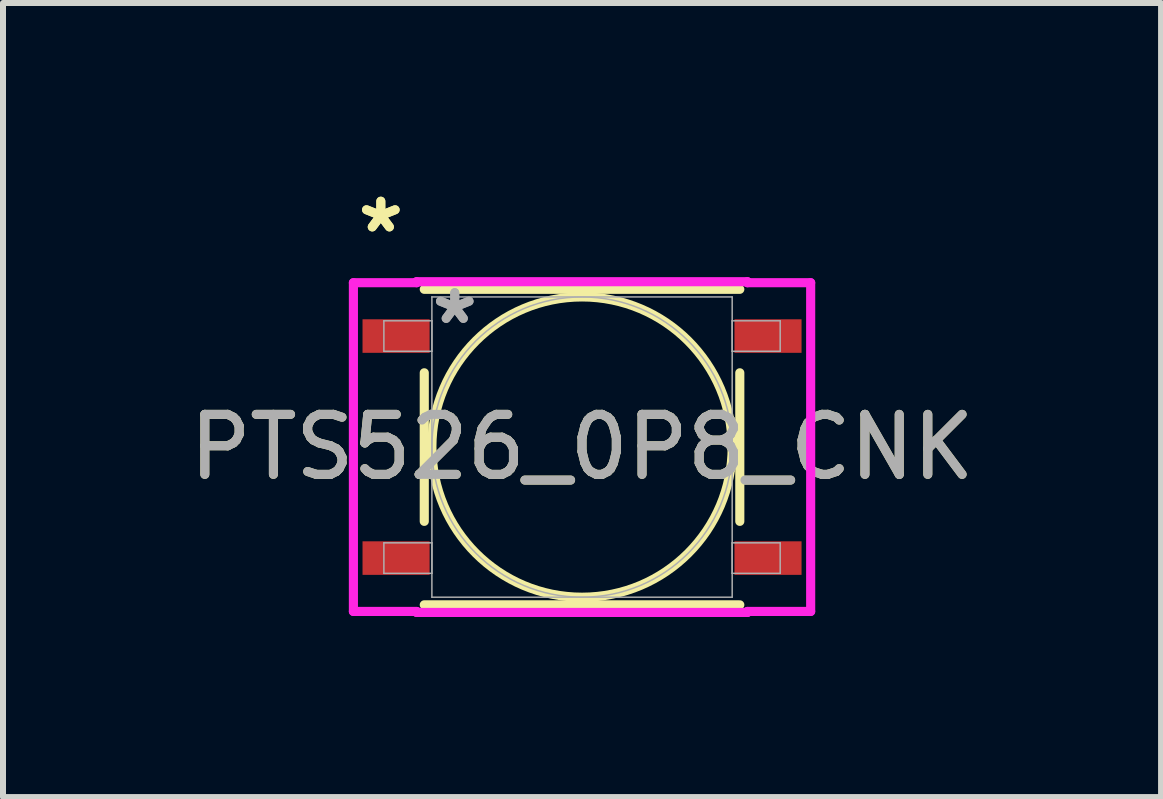
<source format=kicad_pcb>
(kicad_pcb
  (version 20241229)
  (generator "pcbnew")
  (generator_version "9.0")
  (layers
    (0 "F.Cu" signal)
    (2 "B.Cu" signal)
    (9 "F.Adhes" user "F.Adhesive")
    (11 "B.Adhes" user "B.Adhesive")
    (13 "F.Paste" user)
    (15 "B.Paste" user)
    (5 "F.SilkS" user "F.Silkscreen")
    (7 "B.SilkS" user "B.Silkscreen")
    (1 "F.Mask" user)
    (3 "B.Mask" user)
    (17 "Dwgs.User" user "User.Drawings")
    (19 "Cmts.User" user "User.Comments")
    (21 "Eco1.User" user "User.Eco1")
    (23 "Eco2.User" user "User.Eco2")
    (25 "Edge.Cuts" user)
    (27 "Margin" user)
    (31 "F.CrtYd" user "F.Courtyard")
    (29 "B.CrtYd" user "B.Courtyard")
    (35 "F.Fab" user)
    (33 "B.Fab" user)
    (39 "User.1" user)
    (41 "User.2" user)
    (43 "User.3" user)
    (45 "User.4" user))
  (footprint "PTS526_0P8_CNK"
    (layer "F.Cu")
    (at 6.649 4.4)
    (property "Reference" "PTS526_0P8_CNK" (at 0 0 0) (unlocked yes) (layer "F.SilkS") (effects (font (size 1 1) (thickness 0.15))))
    (attr smd)
    (fp_line (start -2.629 -1.238) (end -2.629 1.238) (stroke (width 0.152) (type solid)) (layer "F.SilkS"))
    (fp_line (start -2.629 2.629) (end 2.629 2.629) (stroke (width 0.152) (type solid)) (layer "F.SilkS"))
    (fp_line (start 2.629 -2.629) (end -2.629 -2.629) (stroke (width 0.152) (type solid)) (layer "F.SilkS"))
    (fp_line (start 2.629 1.238) (end 2.629 -1.238) (stroke (width 0.152) (type solid)) (layer "F.SilkS"))
    (fp_circle (center 0 0) (end 2.502 0) (stroke (width 0.152) (type solid)) (fill no) (layer "F.SilkS"))
    (fp_line (start -3.81 -2.739) (end -2.756 -2.739) (stroke (width 0.152) (type solid)) (layer "F.CrtYd"))
    (fp_line (start -3.81 2.739) (end -3.81 -2.739) (stroke (width 0.152) (type solid)) (layer "F.CrtYd"))
    (fp_line (start -2.756 -2.756) (end 2.756 -2.756) (stroke (width 0.152) (type solid)) (layer "F.CrtYd"))
    (fp_line (start -2.756 -2.739) (end -2.756 -2.756) (stroke (width 0.152) (type solid)) (layer "F.CrtYd"))
    (fp_line (start -2.756 2.739) (end -3.81 2.739) (stroke (width 0.152) (type solid)) (layer "F.CrtYd"))
    (fp_line (start -2.756 2.756) (end -2.756 2.739) (stroke (width 0.152) (type solid)) (layer "F.CrtYd"))
    (fp_line (start 2.756 -2.756) (end 2.756 -2.739) (stroke (width 0.152) (type solid)) (layer "F.CrtYd"))
    (fp_line (start 2.756 -2.739) (end 3.81 -2.739) (stroke (width 0.152) (type solid)) (layer "F.CrtYd"))
    (fp_line (start 2.756 2.739) (end 2.756 2.756) (stroke (width 0.152) (type solid)) (layer "F.CrtYd"))
    (fp_line (start 2.756 2.756) (end -2.756 2.756) (stroke (width 0.152) (type solid)) (layer "F.CrtYd"))
    (fp_line (start 3.81 -2.739) (end 3.81 2.739) (stroke (width 0.152) (type solid)) (layer "F.CrtYd"))
    (fp_line (start 3.81 2.739) (end 2.756 2.739) (stroke (width 0.152) (type solid)) (layer "F.CrtYd"))
    (fp_line (start -3.302 -2.104) (end -3.302 -1.596) (stroke (width 0.025) (type solid)) (layer "F.Fab"))
    (fp_line (start -3.302 -1.596) (end -2.502 -1.596) (stroke (width 0.025) (type solid)) (layer "F.Fab"))
    (fp_line (start -3.302 1.596) (end -3.302 2.104) (stroke (width 0.025) (type solid)) (layer "F.Fab"))
    (fp_line (start -3.302 2.104) (end -2.502 2.104) (stroke (width 0.025) (type solid)) (layer "F.Fab"))
    (fp_line (start -2.502 -2.502) (end -2.502 2.502) (stroke (width 0.025) (type solid)) (layer "F.Fab"))
    (fp_line (start -2.502 -2.104) (end -3.302 -2.104) (stroke (width 0.025) (type solid)) (layer "F.Fab"))
    (fp_line (start -2.502 -1.596) (end -2.502 -2.104) (stroke (width 0.025) (type solid)) (layer "F.Fab"))
    (fp_line (start -2.502 1.596) (end -3.302 1.596) (stroke (width 0.025) (type solid)) (layer "F.Fab"))
    (fp_line (start -2.502 2.104) (end -2.502 1.596) (stroke (width 0.025) (type solid)) (layer "F.Fab"))
    (fp_line (start -2.502 2.502) (end 2.502 2.502) (stroke (width 0.025) (type solid)) (layer "F.Fab"))
    (fp_line (start 2.502 -2.502) (end -2.502 -2.502) (stroke (width 0.025) (type solid)) (layer "F.Fab"))
    (fp_line (start 2.502 -2.104) (end 2.502 -1.596) (stroke (width 0.025) (type solid)) (layer "F.Fab"))
    (fp_line (start 2.502 -1.596) (end 3.302 -1.596) (stroke (width 0.025) (type solid)) (layer "F.Fab"))
    (fp_line (start 2.502 1.596) (end 2.502 2.104) (stroke (width 0.025) (type solid)) (layer "F.Fab"))
    (fp_line (start 2.502 2.104) (end 3.302 2.104) (stroke (width 0.025) (type solid)) (layer "F.Fab"))
    (fp_line (start 2.502 2.502) (end 2.502 -2.502) (stroke (width 0.025) (type solid)) (layer "F.Fab"))
    (fp_line (start 3.302 -2.104) (end 2.502 -2.104) (stroke (width 0.025) (type solid)) (layer "F.Fab"))
    (fp_line (start 3.302 -1.596) (end 3.302 -2.104) (stroke (width 0.025) (type solid)) (layer "F.Fab"))
    (fp_line (start 3.302 1.596) (end 2.502 1.596) (stroke (width 0.025) (type solid)) (layer "F.Fab"))
    (fp_line (start 3.302 2.104) (end 3.302 1.596) (stroke (width 0.025) (type solid)) (layer "F.Fab"))
    (fp_circle (center 0 0) (end 2.502 0) (stroke (width 0.025) (type solid)) (fill no) (layer "F.Fab"))
    (fp_text user "*" (at -3.353 -3.552 0) (unlocked yes) (layer "F.SilkS") (effects (font (size 1 1) (thickness 0.15))))
    (fp_text user "*" (at -3.353 -3.552 0) (layer "F.SilkS") (effects (font (size 1 1) (thickness 0.15))))
    (fp_text user "${REFERENCE}" (at 0 0 0) (unlocked yes) (layer "F.Fab") (effects (font (size 1 1) (thickness 0.15))))
    (fp_text user "*" (at -2.121 -2.028 0) (layer "F.Fab") (effects (font (size 1 1) (thickness 0.15))))
    (fp_text user "*" (at -2.121 -2.028 0) (unlocked yes) (layer "F.Fab") (effects (font (size 1 1) (thickness 0.15))))
    (pad "1" smd rect (at -3.099 -1.85) (size 1.118 0.559) (layers "F.Cu" "F.Mask" "F.Paste"))
    (pad "2" smd rect (at 3.099 -1.85) (size 1.118 0.559) (layers "F.Cu" "F.Mask" "F.Paste"))
    (pad "3" smd rect (at -3.099 1.85) (size 1.118 0.559) (layers "F.Cu" "F.Mask" "F.Paste"))
    (pad "4" smd rect (at 3.099 1.85) (size 1.118 0.559) (layers "F.Cu" "F.Mask" "F.Paste")))
  (gr_rect
    (start -3 -3)
    (end 16.298 10.232)
    (stroke (width 0.1) (type default))
    (fill no)
    (layer "Edge.Cuts")))
</source>
